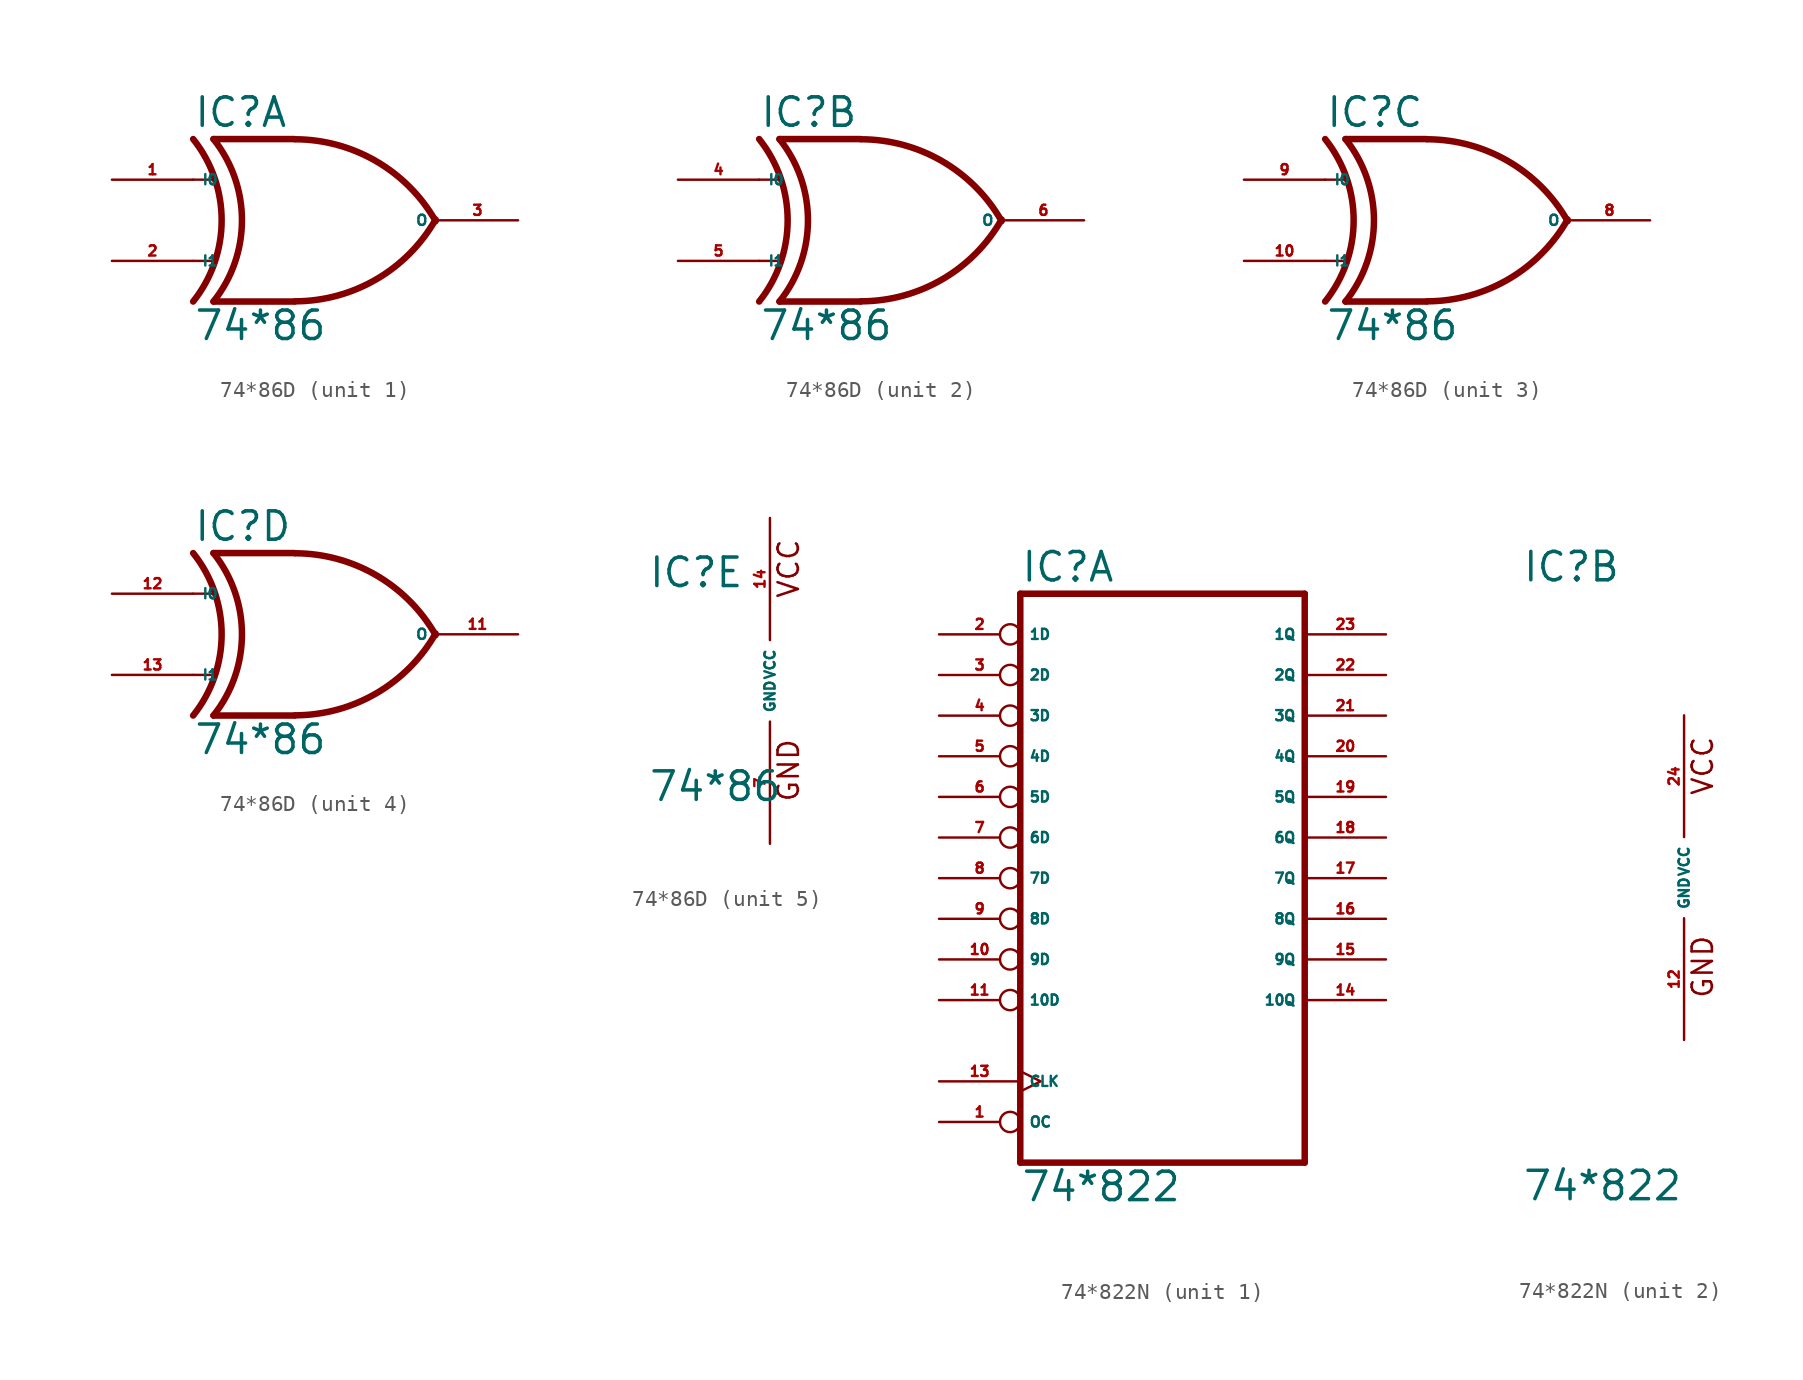
<source format=kicad_sym>
(kicad_symbol_lib
  (version 20220914)
  (generator Eagle2Kicad)
  (symbol "74*86D"
    (property "Reference" "IC"
      (at -7.62 5.715 0)
      (effects (font (size 1.778 1.778) (thickness 0.22)) (justify left bottom)))
    (property "Value" "74*86"
      (at -7.62 -7.62 0)
      (effects (font (size 1.778 1.778) (thickness 0.22)) (justify left bottom)))
    (symbol "74*86D_1_0"
      (polyline (pts (xy -1.27 5.08) (xy -6.35 5.08)) (stroke (width 0.406) (type default)) (fill (type none)))
      (polyline (pts (xy -1.27 -5.08) (xy -6.35 -5.08)) (stroke (width 0.406) (type default)) (fill (type none)))
      (polyline (pts (xy -7.62 2.54) (xy -6.35 2.54)) (stroke (width 0.152) (type default)) (fill (type none)))
      (polyline (pts (xy -7.62 -2.54) (xy -6.35 -2.54)) (stroke (width 0.152) (type default)) (fill (type none)))
      (arc (start -1.2446 -5.0678) (mid 3.837 -3.689) (end 7.5439 0.0507) (stroke (width 0.4064) (type default)) (fill (type none)))
      (arc (start 7.5442 -0.0505) (mid 3.837 3.689) (end -1.2446 5.0678) (stroke (width 0.4064) (type default)) (fill (type none)))
      (arc (start -6.35 -5.08) (mid -4.568 0.000) (end -6.35 5.08) (stroke (width 0.4064) (type default)) (fill (type none)))
      (arc (start -7.62 -5.08) (mid -5.838 0.000) (end -7.62 5.08) (stroke (width 0.4064) (type default)) (fill (type none)))
      (pin input line (at -12.7 2.54 0) (length 5.08) (name "I0" (effects (font (size 0.635 0.635) (thickness 0.08)) (justify left bottom))) (number "1" (effects (font (size 0.635 0.635) (thickness 0.08)) (justify left bottom))))
      (pin input line (at -12.7 -2.54 0) (length 5.08) (name "I1" (effects (font (size 0.635 0.635) (thickness 0.08)) (justify left bottom))) (number "2" (effects (font (size 0.635 0.635) (thickness 0.08)) (justify left bottom))))
      (pin output line (at 12.7 0 180) (length 5.08) (name "O" (effects (font (size 0.635 0.635) (thickness 0.08)) (justify left bottom))) (number "3" (effects (font (size 0.635 0.635) (thickness 0.08)) (justify left bottom)))))
    (symbol "74*86D_2_0"
      (polyline (pts (xy -1.27 5.08) (xy -6.35 5.08)) (stroke (width 0.406) (type default)) (fill (type none)))
      (polyline (pts (xy -1.27 -5.08) (xy -6.35 -5.08)) (stroke (width 0.406) (type default)) (fill (type none)))
      (polyline (pts (xy -7.62 2.54) (xy -6.35 2.54)) (stroke (width 0.152) (type default)) (fill (type none)))
      (polyline (pts (xy -7.62 -2.54) (xy -6.35 -2.54)) (stroke (width 0.152) (type default)) (fill (type none)))
      (arc (start -1.2446 -5.0678) (mid 3.837 -3.689) (end 7.5439 0.0507) (stroke (width 0.4064) (type default)) (fill (type none)))
      (arc (start 7.5442 -0.0505) (mid 3.837 3.689) (end -1.2446 5.0678) (stroke (width 0.4064) (type default)) (fill (type none)))
      (arc (start -6.35 -5.08) (mid -4.568 0.000) (end -6.35 5.08) (stroke (width 0.4064) (type default)) (fill (type none)))
      (arc (start -7.62 -5.08) (mid -5.838 0.000) (end -7.62 5.08) (stroke (width 0.4064) (type default)) (fill (type none)))
      (pin input line (at -12.7 2.54 0) (length 5.08) (name "I0" (effects (font (size 0.635 0.635) (thickness 0.08)) (justify left bottom))) (number "4" (effects (font (size 0.635 0.635) (thickness 0.08)) (justify left bottom))))
      (pin input line (at -12.7 -2.54 0) (length 5.08) (name "I1" (effects (font (size 0.635 0.635) (thickness 0.08)) (justify left bottom))) (number "5" (effects (font (size 0.635 0.635) (thickness 0.08)) (justify left bottom))))
      (pin output line (at 12.7 0 180) (length 5.08) (name "O" (effects (font (size 0.635 0.635) (thickness 0.08)) (justify left bottom))) (number "6" (effects (font (size 0.635 0.635) (thickness 0.08)) (justify left bottom)))))
    (symbol "74*86D_3_0"
      (polyline (pts (xy -1.27 5.08) (xy -6.35 5.08)) (stroke (width 0.406) (type default)) (fill (type none)))
      (polyline (pts (xy -1.27 -5.08) (xy -6.35 -5.08)) (stroke (width 0.406) (type default)) (fill (type none)))
      (polyline (pts (xy -7.62 2.54) (xy -6.35 2.54)) (stroke (width 0.152) (type default)) (fill (type none)))
      (polyline (pts (xy -7.62 -2.54) (xy -6.35 -2.54)) (stroke (width 0.152) (type default)) (fill (type none)))
      (arc (start -1.2446 -5.0678) (mid 3.837 -3.689) (end 7.5439 0.0507) (stroke (width 0.4064) (type default)) (fill (type none)))
      (arc (start 7.5442 -0.0505) (mid 3.837 3.689) (end -1.2446 5.0678) (stroke (width 0.4064) (type default)) (fill (type none)))
      (arc (start -6.35 -5.08) (mid -4.568 0.000) (end -6.35 5.08) (stroke (width 0.4064) (type default)) (fill (type none)))
      (arc (start -7.62 -5.08) (mid -5.838 0.000) (end -7.62 5.08) (stroke (width 0.4064) (type default)) (fill (type none)))
      (pin input line (at -12.7 2.54 0) (length 5.08) (name "I0" (effects (font (size 0.635 0.635) (thickness 0.08)) (justify left bottom))) (number "9" (effects (font (size 0.635 0.635) (thickness 0.08)) (justify left bottom))))
      (pin input line (at -12.7 -2.54 0) (length 5.08) (name "I1" (effects (font (size 0.635 0.635) (thickness 0.08)) (justify left bottom))) (number "10" (effects (font (size 0.635 0.635) (thickness 0.08)) (justify left bottom))))
      (pin output line (at 12.7 0 180) (length 5.08) (name "O" (effects (font (size 0.635 0.635) (thickness 0.08)) (justify left bottom))) (number "8" (effects (font (size 0.635 0.635) (thickness 0.08)) (justify left bottom)))))
    (symbol "74*86D_4_0"
      (polyline (pts (xy -1.27 5.08) (xy -6.35 5.08)) (stroke (width 0.406) (type default)) (fill (type none)))
      (polyline (pts (xy -1.27 -5.08) (xy -6.35 -5.08)) (stroke (width 0.406) (type default)) (fill (type none)))
      (polyline (pts (xy -7.62 2.54) (xy -6.35 2.54)) (stroke (width 0.152) (type default)) (fill (type none)))
      (polyline (pts (xy -7.62 -2.54) (xy -6.35 -2.54)) (stroke (width 0.152) (type default)) (fill (type none)))
      (arc (start -1.2446 -5.0678) (mid 3.837 -3.689) (end 7.5439 0.0507) (stroke (width 0.4064) (type default)) (fill (type none)))
      (arc (start 7.5442 -0.0505) (mid 3.837 3.689) (end -1.2446 5.0678) (stroke (width 0.4064) (type default)) (fill (type none)))
      (arc (start -6.35 -5.08) (mid -4.568 0.000) (end -6.35 5.08) (stroke (width 0.4064) (type default)) (fill (type none)))
      (arc (start -7.62 -5.08) (mid -5.838 0.000) (end -7.62 5.08) (stroke (width 0.4064) (type default)) (fill (type none)))
      (pin input line (at -12.7 2.54 0) (length 5.08) (name "I0" (effects (font (size 0.635 0.635) (thickness 0.08)) (justify left bottom))) (number "12" (effects (font (size 0.635 0.635) (thickness 0.08)) (justify left bottom))))
      (pin input line (at -12.7 -2.54 0) (length 5.08) (name "I1" (effects (font (size 0.635 0.635) (thickness 0.08)) (justify left bottom))) (number "13" (effects (font (size 0.635 0.635) (thickness 0.08)) (justify left bottom))))
      (pin output line (at 12.7 0 180) (length 5.08) (name "O" (effects (font (size 0.635 0.635) (thickness 0.08)) (justify left bottom))) (number "11" (effects (font (size 0.635 0.635) (thickness 0.08)) (justify left bottom)))))
    (symbol "74*86D_5_0"
      (text "GND" (at 1.905 -7.62 900) (effects (font (size 1.27 1.27) (thickness 0.16)) (justify left bottom)))
      (text "VCC" (at 1.905 5.08 900) (effects (font (size 1.27 1.27) (thickness 0.16)) (justify left bottom)))
      (pin unspecified line (at 0 -10.16 90) (length 7.62) (name "GND" (effects (font (size 0.635 0.635) (thickness 0.08)) (justify left bottom))) (number "7" (effects (font (size 0.635 0.635) (thickness 0.08)) (justify left bottom))))
      (pin unspecified line (at 0 10.16 270) (length 7.62) (name "VCC" (effects (font (size 0.635 0.635) (thickness 0.08)) (justify left bottom))) (number "14" (effects (font (size 0.635 0.635) (thickness 0.08)) (justify left bottom))))))
  (symbol "74*822N"
    (property "Reference" "IC"
      (at -10.16 18.415 0)
      (effects (font (size 1.778 1.778) (thickness 0.22)) (justify left bottom)))
    (property "Value" "74*822"
      (at -10.16 -20.32 0)
      (effects (font (size 1.778 1.778) (thickness 0.22)) (justify left bottom)))
    (symbol "74*822N_1_0"
      (polyline (pts (xy -10.16 -17.78) (xy 7.62 -17.78)) (stroke (width 0.406) (type default)) (fill (type none)))
      (polyline (pts (xy 7.62 -17.78) (xy 7.62 17.78)) (stroke (width 0.406) (type default)) (fill (type none)))
      (polyline (pts (xy 7.62 17.78) (xy -10.16 17.78)) (stroke (width 0.406) (type default)) (fill (type none)))
      (polyline (pts (xy -10.16 17.78) (xy -10.16 -17.78)) (stroke (width 0.406) (type default)) (fill (type none)))
      (pin input inverted (at -15.24 -15.24 0) (length 5.08) (name "OC" (effects (font (size 0.635 0.635) (thickness 0.08)) (justify left bottom))) (number "1" (effects (font (size 0.635 0.635) (thickness 0.08)) (justify left bottom))))
      (pin input inverted (at -15.24 15.24 0) (length 5.08) (name "1D" (effects (font (size 0.635 0.635) (thickness 0.08)) (justify left bottom))) (number "2" (effects (font (size 0.635 0.635) (thickness 0.08)) (justify left bottom))))
      (pin input inverted (at -15.24 12.7 0) (length 5.08) (name "2D" (effects (font (size 0.635 0.635) (thickness 0.08)) (justify left bottom))) (number "3" (effects (font (size 0.635 0.635) (thickness 0.08)) (justify left bottom))))
      (pin input inverted (at -15.24 10.16 0) (length 5.08) (name "3D" (effects (font (size 0.635 0.635) (thickness 0.08)) (justify left bottom))) (number "4" (effects (font (size 0.635 0.635) (thickness 0.08)) (justify left bottom))))
      (pin input inverted (at -15.24 7.62 0) (length 5.08) (name "4D" (effects (font (size 0.635 0.635) (thickness 0.08)) (justify left bottom))) (number "5" (effects (font (size 0.635 0.635) (thickness 0.08)) (justify left bottom))))
      (pin input inverted (at -15.24 5.08 0) (length 5.08) (name "5D" (effects (font (size 0.635 0.635) (thickness 0.08)) (justify left bottom))) (number "6" (effects (font (size 0.635 0.635) (thickness 0.08)) (justify left bottom))))
      (pin input inverted (at -15.24 2.54 0) (length 5.08) (name "6D" (effects (font (size 0.635 0.635) (thickness 0.08)) (justify left bottom))) (number "7" (effects (font (size 0.635 0.635) (thickness 0.08)) (justify left bottom))))
      (pin input inverted (at -15.24 0 0) (length 5.08) (name "7D" (effects (font (size 0.635 0.635) (thickness 0.08)) (justify left bottom))) (number "8" (effects (font (size 0.635 0.635) (thickness 0.08)) (justify left bottom))))
      (pin input inverted (at -15.24 -2.54 0) (length 5.08) (name "8D" (effects (font (size 0.635 0.635) (thickness 0.08)) (justify left bottom))) (number "9" (effects (font (size 0.635 0.635) (thickness 0.08)) (justify left bottom))))
      (pin input inverted (at -15.24 -5.08 0) (length 5.08) (name "9D" (effects (font (size 0.635 0.635) (thickness 0.08)) (justify left bottom))) (number "10" (effects (font (size 0.635 0.635) (thickness 0.08)) (justify left bottom))))
      (pin input inverted (at -15.24 -7.62 0) (length 5.08) (name "10D" (effects (font (size 0.635 0.635) (thickness 0.08)) (justify left bottom))) (number "11" (effects (font (size 0.635 0.635) (thickness 0.08)) (justify left bottom))))
      (pin input clock (at -15.24 -12.7 0) (length 5.08) (name "CLK" (effects (font (size 0.635 0.635) (thickness 0.08)) (justify left bottom))) (number "13" (effects (font (size 0.635 0.635) (thickness 0.08)) (justify left bottom))))
      (pin tri_state line (at 12.7 -7.62 180) (length 5.08) (name "10Q" (effects (font (size 0.635 0.635) (thickness 0.08)) (justify left bottom))) (number "14" (effects (font (size 0.635 0.635) (thickness 0.08)) (justify left bottom))))
      (pin tri_state line (at 12.7 -5.08 180) (length 5.08) (name "9Q" (effects (font (size 0.635 0.635) (thickness 0.08)) (justify left bottom))) (number "15" (effects (font (size 0.635 0.635) (thickness 0.08)) (justify left bottom))))
      (pin tri_state line (at 12.7 -2.54 180) (length 5.08) (name "8Q" (effects (font (size 0.635 0.635) (thickness 0.08)) (justify left bottom))) (number "16" (effects (font (size 0.635 0.635) (thickness 0.08)) (justify left bottom))))
      (pin tri_state line (at 12.7 0 180) (length 5.08) (name "7Q" (effects (font (size 0.635 0.635) (thickness 0.08)) (justify left bottom))) (number "17" (effects (font (size 0.635 0.635) (thickness 0.08)) (justify left bottom))))
      (pin tri_state line (at 12.7 2.54 180) (length 5.08) (name "6Q" (effects (font (size 0.635 0.635) (thickness 0.08)) (justify left bottom))) (number "18" (effects (font (size 0.635 0.635) (thickness 0.08)) (justify left bottom))))
      (pin tri_state line (at 12.7 5.08 180) (length 5.08) (name "5Q" (effects (font (size 0.635 0.635) (thickness 0.08)) (justify left bottom))) (number "19" (effects (font (size 0.635 0.635) (thickness 0.08)) (justify left bottom))))
      (pin tri_state line (at 12.7 7.62 180) (length 5.08) (name "4Q" (effects (font (size 0.635 0.635) (thickness 0.08)) (justify left bottom))) (number "20" (effects (font (size 0.635 0.635) (thickness 0.08)) (justify left bottom))))
      (pin tri_state line (at 12.7 10.16 180) (length 5.08) (name "3Q" (effects (font (size 0.635 0.635) (thickness 0.08)) (justify left bottom))) (number "21" (effects (font (size 0.635 0.635) (thickness 0.08)) (justify left bottom))))
      (pin tri_state line (at 12.7 12.7 180) (length 5.08) (name "2Q" (effects (font (size 0.635 0.635) (thickness 0.08)) (justify left bottom))) (number "22" (effects (font (size 0.635 0.635) (thickness 0.08)) (justify left bottom))))
      (pin tri_state line (at 12.7 15.24 180) (length 5.08) (name "1Q" (effects (font (size 0.635 0.635) (thickness 0.08)) (justify left bottom))) (number "23" (effects (font (size 0.635 0.635) (thickness 0.08)) (justify left bottom)))))
    (symbol "74*822N_2_0"
      (text "GND" (at 1.905 -7.62 900) (effects (font (size 1.27 1.27) (thickness 0.16)) (justify left bottom)))
      (text "VCC" (at 1.905 5.08 900) (effects (font (size 1.27 1.27) (thickness 0.16)) (justify left bottom)))
      (pin unspecified line (at 0 -10.16 90) (length 7.62) (name "GND" (effects (font (size 0.635 0.635) (thickness 0.08)) (justify left bottom))) (number "12" (effects (font (size 0.635 0.635) (thickness 0.08)) (justify left bottom))))
      (pin unspecified line (at 0 10.16 270) (length 7.62) (name "VCC" (effects (font (size 0.635 0.635) (thickness 0.08)) (justify left bottom))) (number "24" (effects (font (size 0.635 0.635) (thickness 0.08)) (justify left bottom)))))))
</source>
